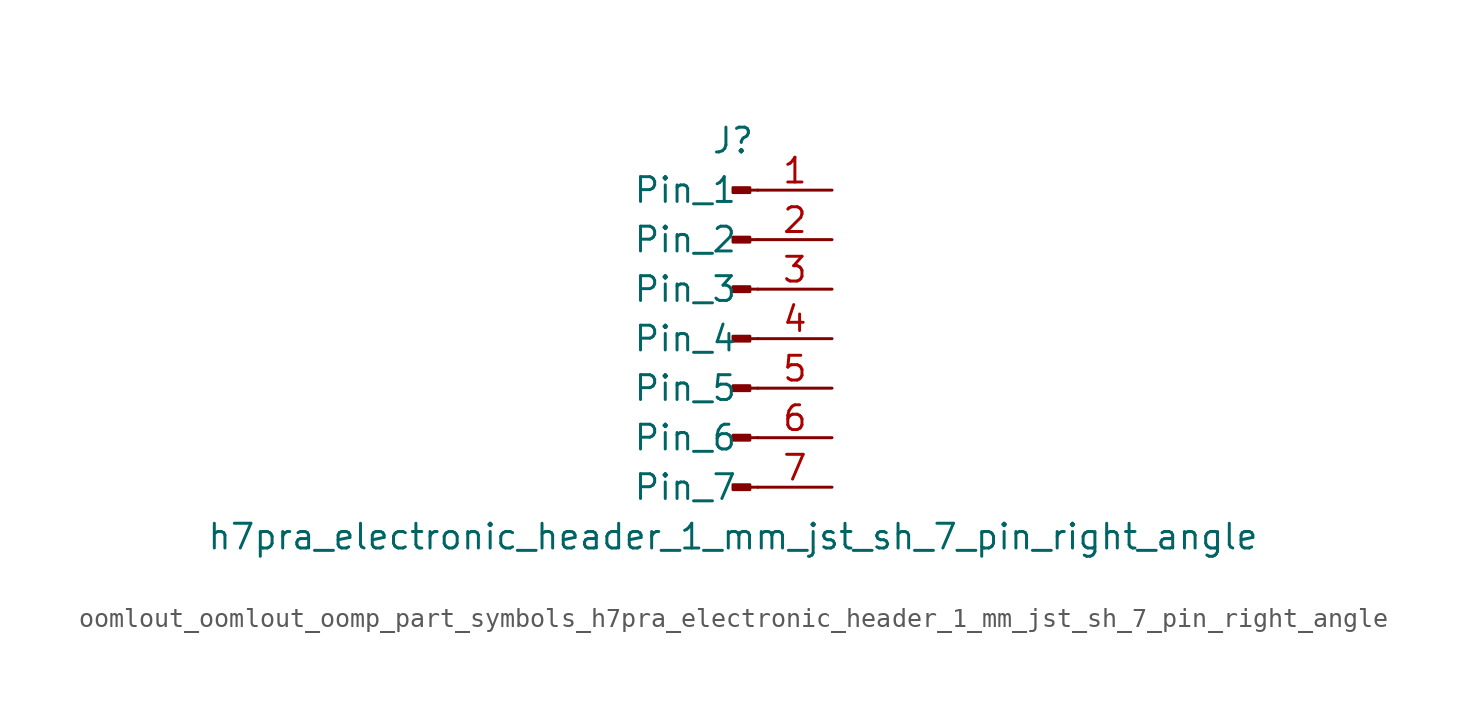
<source format=kicad_sym>
(kicad_symbol_lib
  (version 20220914)
  (generator kicad_symbol_editor)
  (symbol "oomlout_oomlout_oomp_part_symbols_h7pra_electronic_header_1_mm_jst_sh_7_pin_right_angle"
    (pin_names
      (offset 1.016))
    (property "Reference" "J"
      (at 0 10.16 0)
      (effects (font (size 1.27 1.27))))
    (property "Value" "h7pra_electronic_header_1_mm_jst_sh_7_pin_right_angle"
      (at 0 -10.16 0)
      (effects (font (size 1.27 1.27))))
    (property "ki_locked" ""
      (at 0 0 0)
      (effects (font (size 1.27 1.27))))
    (symbol "oomlout_oomlout_oomp_part_symbols_h7pra_electronic_header_1_mm_jst_sh_7_pin_right_angle_1_1"
      (polyline (pts (xy 1.27 -7.62) (xy 0.864 -7.62)) (stroke (width 0.152) (type default)) (fill (type none)))
      (polyline (pts (xy 1.27 -5.08) (xy 0.864 -5.08)) (stroke (width 0.152) (type default)) (fill (type none)))
      (polyline (pts (xy 1.27 -2.54) (xy 0.864 -2.54)) (stroke (width 0.152) (type default)) (fill (type none)))
      (polyline (pts (xy 1.27 0) (xy 0.864 0)) (stroke (width 0.152) (type default)) (fill (type none)))
      (polyline (pts (xy 1.27 2.54) (xy 0.864 2.54)) (stroke (width 0.152) (type default)) (fill (type none)))
      (polyline (pts (xy 1.27 5.08) (xy 0.864 5.08)) (stroke (width 0.152) (type default)) (fill (type none)))
      (polyline (pts (xy 1.27 7.62) (xy 0.864 7.62)) (stroke (width 0.152) (type default)) (fill (type none)))
      (rectangle (start 0.864 -7.493) (end 0 -7.747) (stroke (width 0.152) (type default)) (fill (type outline)))
      (rectangle (start 0.864 -4.953) (end 0 -5.207) (stroke (width 0.152) (type default)) (fill (type outline)))
      (rectangle (start 0.864 -2.413) (end 0 -2.667) (stroke (width 0.152) (type default)) (fill (type outline)))
      (rectangle (start 0.864 0.127) (end 0 -0.127) (stroke (width 0.152) (type default)) (fill (type outline)))
      (rectangle (start 0.864 2.667) (end 0 2.413) (stroke (width 0.152) (type default)) (fill (type outline)))
      (rectangle (start 0.864 5.207) (end 0 4.953) (stroke (width 0.152) (type default)) (fill (type outline)))
      (rectangle (start 0.864 7.747) (end 0 7.493) (stroke (width 0.152) (type default)) (fill (type outline)))
      (pin passive line (at 5.08 7.62 180) (length 3.81) (name "Pin_1" (effects (font (size 1.27 1.27)))) (number "1" (effects (font (size 1.27 1.27)))))
      (pin passive line (at 5.08 5.08 180) (length 3.81) (name "Pin_2" (effects (font (size 1.27 1.27)))) (number "2" (effects (font (size 1.27 1.27)))))
      (pin passive line (at 5.08 2.54 180) (length 3.81) (name "Pin_3" (effects (font (size 1.27 1.27)))) (number "3" (effects (font (size 1.27 1.27)))))
      (pin passive line (at 5.08 0 180) (length 3.81) (name "Pin_4" (effects (font (size 1.27 1.27)))) (number "4" (effects (font (size 1.27 1.27)))))
      (pin passive line (at 5.08 -2.54 180) (length 3.81) (name "Pin_5" (effects (font (size 1.27 1.27)))) (number "5" (effects (font (size 1.27 1.27)))))
      (pin passive line (at 5.08 -5.08 180) (length 3.81) (name "Pin_6" (effects (font (size 1.27 1.27)))) (number "6" (effects (font (size 1.27 1.27)))))
      (pin passive line (at 5.08 -7.62 180) (length 3.81) (name "Pin_7" (effects (font (size 1.27 1.27)))) (number "7" (effects (font (size 1.27 1.27))))))))
</source>
